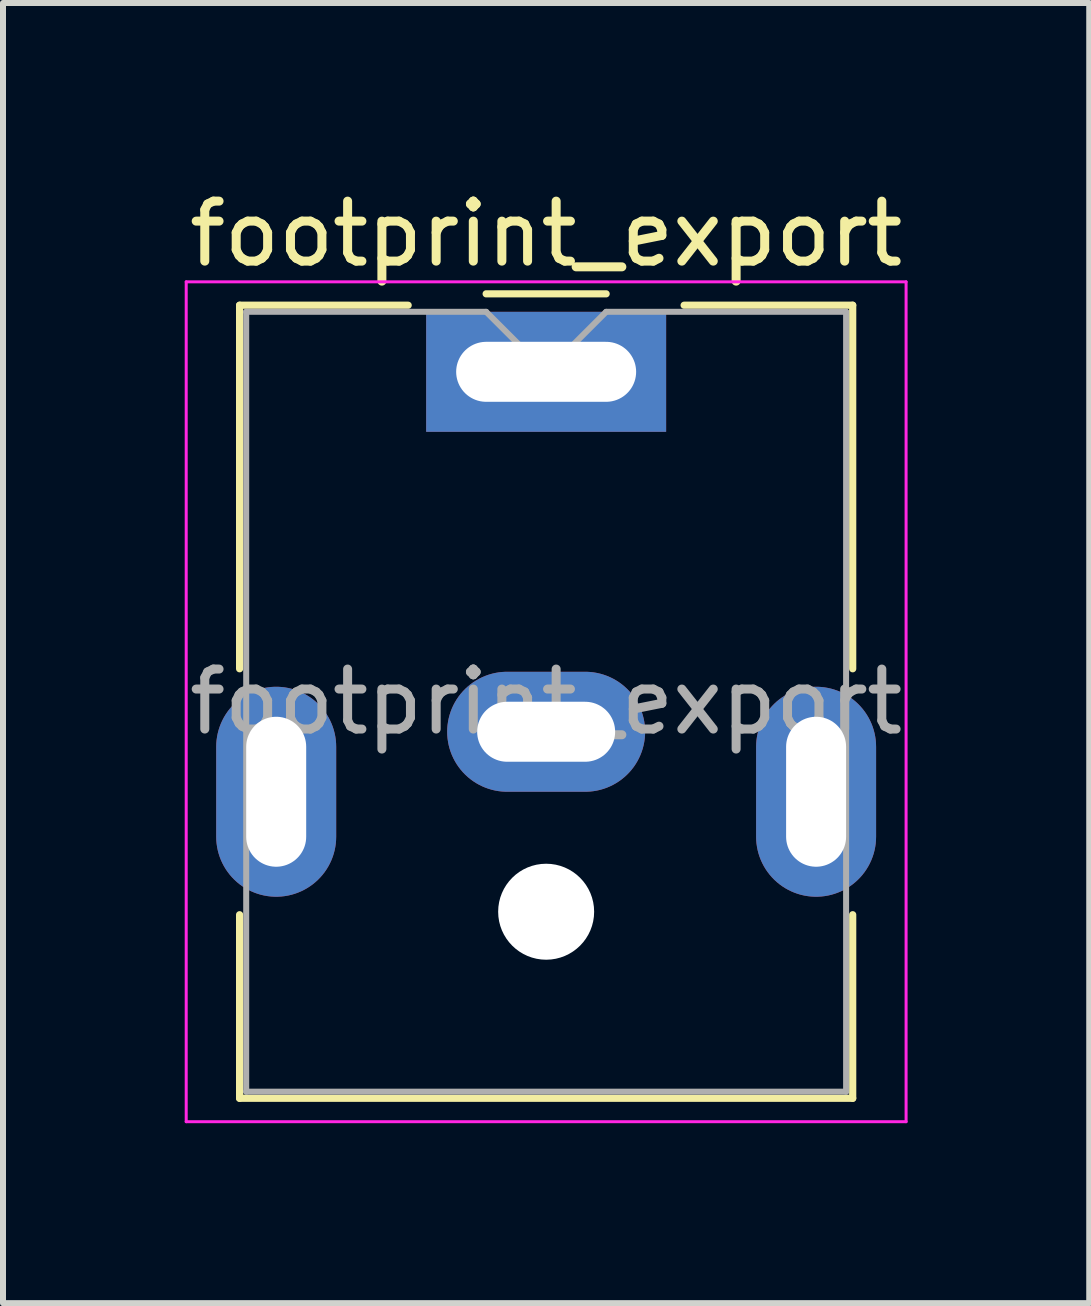
<source format=kicad_pcb>
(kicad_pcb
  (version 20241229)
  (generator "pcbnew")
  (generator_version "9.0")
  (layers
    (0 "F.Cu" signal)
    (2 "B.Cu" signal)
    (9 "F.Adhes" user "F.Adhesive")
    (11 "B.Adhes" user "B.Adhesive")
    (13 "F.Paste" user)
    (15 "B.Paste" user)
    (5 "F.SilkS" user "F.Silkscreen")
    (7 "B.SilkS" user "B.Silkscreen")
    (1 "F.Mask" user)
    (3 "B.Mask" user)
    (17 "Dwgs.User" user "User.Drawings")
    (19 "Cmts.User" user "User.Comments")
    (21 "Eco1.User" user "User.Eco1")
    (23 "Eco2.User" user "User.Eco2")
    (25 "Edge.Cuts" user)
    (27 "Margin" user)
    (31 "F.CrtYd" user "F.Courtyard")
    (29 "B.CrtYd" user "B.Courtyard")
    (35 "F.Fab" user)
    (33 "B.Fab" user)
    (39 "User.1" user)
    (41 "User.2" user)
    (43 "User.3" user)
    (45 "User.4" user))
  (footprint "footprint_export"
    (layer "F.Cu")
    (at 6.054 3.148)
    (property "Reference" "footprint_export" (at 0 -2.3 0) (layer "F.SilkS") (effects (font (size 1 1) (thickness 0.15))))
    (attr through_hole)
    (fp_line (start -5.11 -1.11) (end -2.3 -1.11) (stroke (width 0.12) (type solid)) (layer "F.SilkS"))
    (fp_line (start -5.11 4.95) (end -5.11 -1.11) (stroke (width 0.12) (type solid)) (layer "F.SilkS"))
    (fp_line (start -5.11 12.11) (end -5.11 9.05) (stroke (width 0.12) (type solid)) (layer "F.SilkS"))
    (fp_line (start -1 -1.3) (end 1 -1.3) (stroke (width 0.12) (type solid)) (layer "F.SilkS"))
    (fp_line (start 2.3 -1.11) (end 5.11 -1.11) (stroke (width 0.12) (type solid)) (layer "F.SilkS"))
    (fp_line (start 5.11 -1.11) (end 5.11 4.95) (stroke (width 0.12) (type solid)) (layer "F.SilkS"))
    (fp_line (start 5.11 9.05) (end 5.11 12.11) (stroke (width 0.12) (type solid)) (layer "F.SilkS"))
    (fp_line (start 5.11 12.11) (end -5.11 12.11) (stroke (width 0.12) (type solid)) (layer "F.SilkS"))
    (fp_line (start -6 -1.5) (end -6 12.5) (stroke (width 0.05) (type solid)) (layer "F.CrtYd"))
    (fp_line (start -6 12.5) (end 6 12.5) (stroke (width 0.05) (type solid)) (layer "F.CrtYd"))
    (fp_line (start 6 -1.5) (end -6 -1.5) (stroke (width 0.05) (type solid)) (layer "F.CrtYd"))
    (fp_line (start 6 12.5) (end 6 -1.5) (stroke (width 0.05) (type solid)) (layer "F.CrtYd"))
    (fp_line (start -5 -1) (end -1 -1) (stroke (width 0.1) (type solid)) (layer "F.Fab"))
    (fp_line (start -5 12) (end -5 -1) (stroke (width 0.1) (type solid)) (layer "F.Fab"))
    (fp_line (start -1 -1) (end 0 0) (stroke (width 0.1) (type solid)) (layer "F.Fab"))
    (fp_line (start 0 0) (end 1 -1) (stroke (width 0.1) (type solid)) (layer "F.Fab"))
    (fp_line (start 1 -1) (end 5 -1) (stroke (width 0.1) (type solid)) (layer "F.Fab"))
    (fp_line (start 5 -1) (end 5 12) (stroke (width 0.1) (type solid)) (layer "F.Fab"))
    (fp_line (start 5 12) (end -5 12) (stroke (width 0.1) (type solid)) (layer "F.Fab"))
    (fp_text user "${REFERENCE}" (at 0 5.5 0) (layer "F.Fab") (effects (font (size 1 1) (thickness 0.15))))
    (pad "" np_thru_hole circle (at 0 9) (size 1.6 1.6) (drill 1.6) (layers "*.Cu" "*.Mask"))
    (pad "1" thru_hole rect (at 0 0) (size 4 2) (drill oval 3 1) (layers "*.Cu" "*.Mask"))
    (pad "2" thru_hole oval (at 0 6) (size 3.3 2) (drill oval 2.3 1) (layers "*.Cu" "*.Mask"))
    (pad "MP" thru_hole oval (at -4.5 7) (size 2 3.5) (drill oval 1 2.5) (layers "*.Cu" "*.Mask"))
    (pad "MP" thru_hole oval (at 4.5 7) (size 2 3.5) (drill oval 1 2.5) (layers "*.Cu" "*.Mask")))
  (gr_rect
    (start -3 -3)
    (end 15.107 18.673)
    (stroke (width 0.1) (type default))
    (fill no)
    (layer "Edge.Cuts")))
</source>
